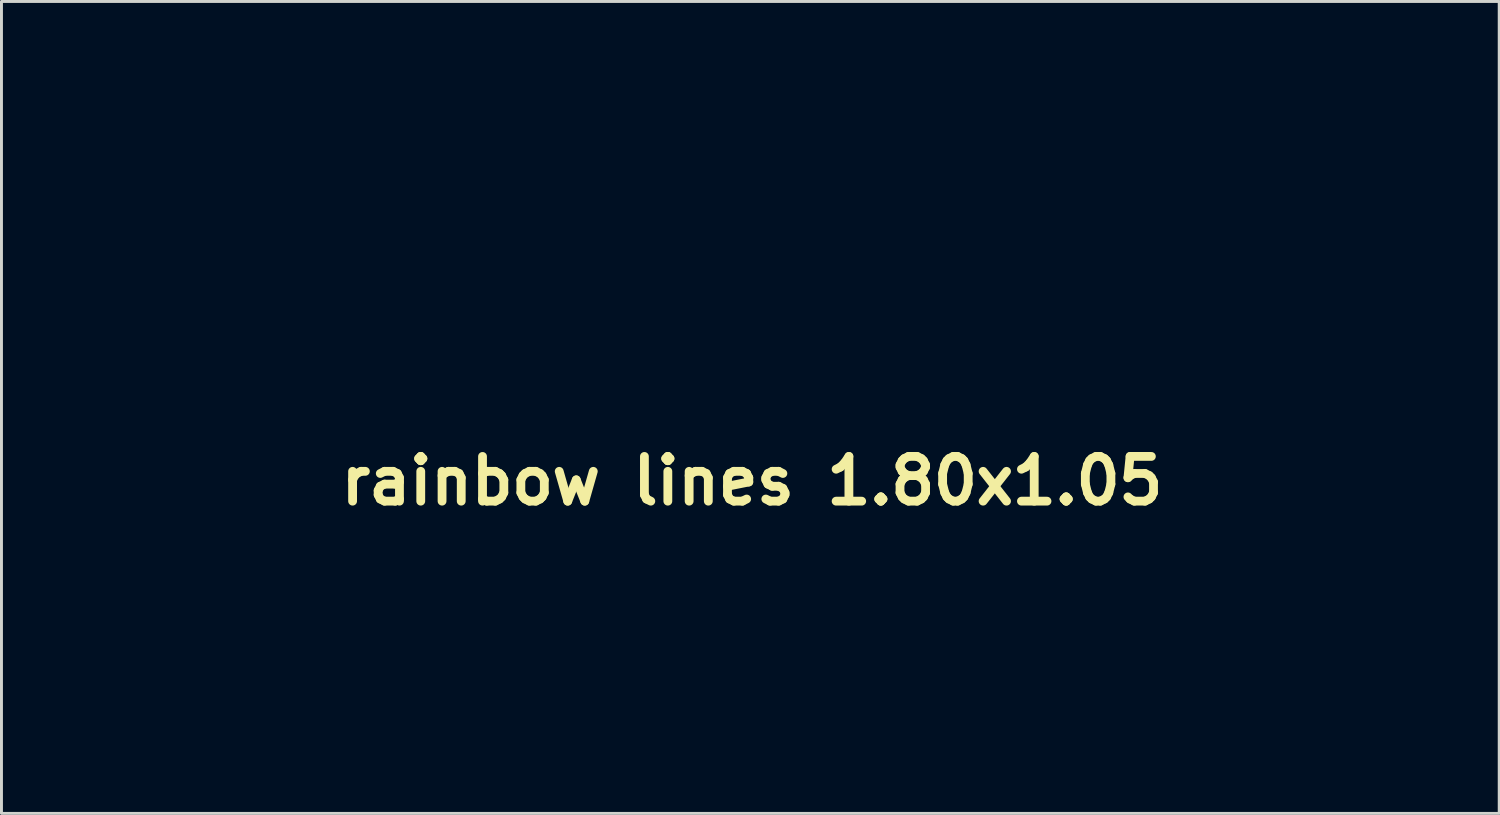
<source format=kicad_pcb>
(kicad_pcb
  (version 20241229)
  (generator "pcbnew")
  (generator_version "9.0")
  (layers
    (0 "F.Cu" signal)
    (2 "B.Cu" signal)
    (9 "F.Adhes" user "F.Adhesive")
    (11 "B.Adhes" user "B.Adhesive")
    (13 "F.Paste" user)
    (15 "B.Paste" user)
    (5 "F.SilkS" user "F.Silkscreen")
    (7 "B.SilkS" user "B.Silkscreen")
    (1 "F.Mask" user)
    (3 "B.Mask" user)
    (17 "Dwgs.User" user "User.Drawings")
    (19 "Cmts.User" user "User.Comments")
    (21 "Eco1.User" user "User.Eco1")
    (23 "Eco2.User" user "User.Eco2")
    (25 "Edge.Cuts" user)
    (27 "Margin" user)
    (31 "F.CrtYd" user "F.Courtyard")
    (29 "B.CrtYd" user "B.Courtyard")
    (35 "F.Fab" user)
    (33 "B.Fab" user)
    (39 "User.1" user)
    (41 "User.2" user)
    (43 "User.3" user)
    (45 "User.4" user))
  (footprint "rainbow lines 1.80x1.05"
    (layer "F.Cu")
    (at 22.57 13.335)
    (property "Reference" "rainbow lines 1.80x1.05" (at 0 0 0) (layer "F.SilkS") (effects (font (size 1.524 1.524) (thickness 0.3))))
    (attr board_only exclude_from_pos_files exclude_from_bom)
    (fp_poly (pts (xy 0.249 3.04) (xy 0.761 3.084) (xy 1.272 3.167) (xy 1.783 3.288) (xy 2.294 3.448) (xy 2.804 3.646) (xy 3.313 3.882) (xy 3.821 4.157) (xy 4.326 4.47) (xy 4.506 4.591) (xy 4.63 4.677) (xy 4.77 4.78) (xy 4.922 4.894) (xy 5.082 5.016) (xy 5.244 5.142) (xy 5.405 5.27) (xy 5.559 5.394) (xy 5.703 5.512) (xy 5.831 5.62) (xy 5.939 5.714) (xy 6.022 5.79) (xy 6.077 5.845) (xy 6.082 5.851) (xy 6.128 5.906) (xy 6.074 5.937) (xy 6.028 5.968) (xy 5.968 6.015) (xy 5.922 6.054) (xy 5.85 6.108) (xy 5.773 6.155) (xy 5.728 6.176) (xy 5.663 6.212) (xy 5.573 6.277) (xy 5.459 6.372) (xy 5.38 6.442) (xy 5.235 6.573) (xy 5.119 6.68) (xy 5.027 6.765) (xy 4.958 6.831) (xy 4.908 6.883) (xy 4.874 6.921) (xy 4.853 6.951) (xy 4.841 6.975) (xy 4.838 6.982) (xy 4.81 7.038) (xy 4.769 7.088) (xy 4.735 7.124) (xy 4.684 7.183) (xy 4.622 7.257) (xy 4.57 7.323) (xy 4.488 7.434) (xy 4.433 7.525) (xy 4.4 7.604) (xy 4.394 7.624) (xy 4.371 7.695) (xy 4.341 7.756) (xy 4.321 7.785) (xy 4.29 7.832) (xy 4.278 7.872) (xy 4.272 7.907) (xy 4.256 7.97) (xy 4.234 8.051) (xy 4.214 8.121) (xy 4.151 8.328) (xy 3.948 8.101) (xy 3.747 7.883) (xy 3.527 7.652) (xy 3.299 7.422) (xy 3.075 7.204) (xy 2.907 7.046) (xy 2.555 6.736) (xy 2.214 6.462) (xy 1.881 6.223) (xy 1.556 6.019) (xy 1.235 5.849) (xy 0.918 5.71) (xy 0.603 5.603) (xy 0.288 5.527) (xy 0.216 5.513) (xy 0.098 5.499) (xy -0.051 5.492) (xy -0.216 5.491) (xy -0.382 5.495) (xy -0.536 5.506) (xy -0.663 5.522) (xy -0.668 5.523) (xy -0.99 5.6) (xy -1.318 5.714) (xy -1.651 5.862) (xy -1.984 6.043) (xy -2.314 6.257) (xy -2.424 6.336) (xy -2.627 6.492) (xy -2.849 6.674) (xy -3.081 6.875) (xy -3.317 7.089) (xy -3.55 7.31) (xy -3.773 7.529) (xy -3.977 7.742) (xy -4.154 7.938) (xy -4.212 8.001) (xy -4.25 8.032) (xy -4.272 8.033) (xy -4.279 8.006) (xy -4.279 8.001) (xy -4.287 7.967) (xy -4.308 7.907) (xy -4.339 7.83) (xy -4.36 7.782) (xy -4.399 7.695) (xy -4.433 7.611) (xy -4.457 7.544) (xy -4.464 7.521) (xy -4.498 7.45) (xy -4.543 7.409) (xy -4.579 7.382) (xy -4.587 7.361) (xy -4.592 7.337) (xy -4.611 7.319) (xy -4.639 7.289) (xy -4.678 7.236) (xy -4.715 7.179) (xy -4.767 7.096) (xy -4.83 7.007) (xy -4.869 6.954) (xy -4.931 6.876) (xy -4.998 6.789) (xy -5.037 6.738) (xy -5.114 6.649) (xy -5.218 6.547) (xy -5.339 6.442) (xy -5.431 6.368) (xy -5.488 6.32) (xy -5.547 6.261) (xy -5.558 6.249) (xy -5.622 6.195) (xy -5.707 6.147) (xy -5.735 6.135) (xy -5.798 6.109) (xy -5.839 6.088) (xy -5.849 6.079) (xy -5.866 6.063) (xy -5.912 6.031) (xy -5.975 5.991) (xy -5.977 5.99) (xy -6.042 5.952) (xy -6.094 5.923) (xy -6.131 5.897) (xy -6.152 5.872) (xy -6.154 5.844) (xy -6.137 5.809) (xy -6.097 5.764) (xy -6.033 5.705) (xy -5.944 5.628) (xy -5.828 5.53) (xy -5.69 5.414) (xy -5.303 5.094) (xy -4.931 4.805) (xy -4.569 4.545) (xy -4.213 4.311) (xy -3.858 4.098) (xy -3.498 3.905) (xy -3.13 3.728) (xy -2.799 3.585) (xy -2.295 3.398) (xy -1.789 3.249) (xy -1.281 3.139) (xy -0.772 3.067) (xy -0.262 3.034)) (stroke (width 0) (type solid)) (fill yes) (layer "F.Mask"))
    (fp_poly (pts (xy 0.301 -13.331) (xy 0.862 -13.312) (xy 1.432 -13.278) (xy 2.001 -13.23) (xy 2.557 -13.168) (xy 2.803 -13.136) (xy 3.705 -12.991) (xy 4.595 -12.81) (xy 5.475 -12.591) (xy 6.343 -12.335) (xy 7.198 -12.043) (xy 8.039 -11.716) (xy 8.867 -11.353) (xy 9.68 -10.955) (xy 10.477 -10.523) (xy 11.257 -10.057) (xy 12.021 -9.558) (xy 12.766 -9.026) (xy 13.493 -8.461) (xy 14.2 -7.864) (xy 14.887 -7.235) (xy 15.553 -6.575) (xy 16.197 -5.885) (xy 16.819 -5.164) (xy 17.331 -4.525) (xy 17.941 -3.704) (xy 18.521 -2.855) (xy 19.072 -1.977) (xy 19.592 -1.072) (xy 20.081 -0.14) (xy 20.54 0.818) (xy 20.967 1.802) (xy 21.363 2.81) (xy 21.726 3.842) (xy 22.058 4.897) (xy 22.35 5.95) (xy 22.382 6.075) (xy 22.41 6.188) (xy 22.433 6.282) (xy 22.449 6.352) (xy 22.457 6.392) (xy 22.458 6.401) (xy 22.437 6.392) (xy 22.385 6.359) (xy 22.307 6.304) (xy 22.205 6.229) (xy 22.082 6.136) (xy 22.018 6.087) (xy 21.879 5.988) (xy 21.761 5.919) (xy 21.684 5.886) (xy 21.597 5.85) (xy 21.55 5.815) (xy 21.542 5.799) (xy 21.235 4.742) (xy 20.899 3.711) (xy 20.532 2.705) (xy 20.136 1.725) (xy 19.71 0.772) (xy 19.256 -0.154) (xy 18.773 -1.053) (xy 18.261 -1.924) (xy 17.72 -2.766) (xy 17.152 -3.58) (xy 16.556 -4.364) (xy 15.933 -5.119) (xy 15.283 -5.843) (xy 14.605 -6.537) (xy 13.901 -7.2) (xy 13.441 -7.604) (xy 13.094 -7.896) (xy 12.765 -8.164) (xy 12.446 -8.414) (xy 12.126 -8.652) (xy 11.798 -8.886) (xy 11.452 -9.123) (xy 11.255 -9.254) (xy 10.48 -9.742) (xy 9.691 -10.193) (xy 8.89 -10.607) (xy 8.077 -10.984) (xy 7.251 -11.324) (xy 6.413 -11.626) (xy 5.564 -11.892) (xy 4.704 -12.119) (xy 3.832 -12.31) (xy 2.95 -12.462) (xy 2.057 -12.577) (xy 1.154 -12.655) (xy 0.865 -12.671) (xy 0.382 -12.69) (xy -0.085 -12.696) (xy -0.549 -12.69) (xy -1.023 -12.67) (xy -1.522 -12.637) (xy -1.73 -12.621) (xy -2.61 -12.526) (xy -3.481 -12.394) (xy -4.343 -12.224) (xy -5.195 -12.018) (xy -6.036 -11.775) (xy -6.865 -11.496) (xy -7.681 -11.181) (xy -8.484 -10.831) (xy -9.273 -10.446) (xy -10.048 -10.027) (xy -10.807 -9.574) (xy -11.549 -9.087) (xy -12.275 -8.567) (xy -12.983 -8.015) (xy -13.672 -7.43) (xy -14.342 -6.814) (xy -14.993 -6.166) (xy -15.622 -5.487) (xy -16.23 -4.777) (xy -16.816 -4.038) (xy -16.84 -4.006) (xy -17.433 -3.191) (xy -17.998 -2.35) (xy -18.533 -1.481) (xy -19.041 -0.584) (xy -19.52 0.341) (xy -19.971 1.296) (xy -20.395 2.279) (xy -20.791 3.293) (xy -21.161 4.337) (xy -21.488 5.362) (xy -21.633 5.84) (xy -21.751 5.893) (xy -21.855 5.948) (xy -21.987 6.034) (xy -22.146 6.148) (xy -22.331 6.292) (xy -22.391 6.34) (xy -22.469 6.401) (xy -22.527 6.442) (xy -22.562 6.461) (xy -22.57 6.457) (xy -22.562 6.427) (xy -22.544 6.366) (xy -22.52 6.278) (xy -22.491 6.171) (xy -22.458 6.05) (xy -22.442 5.991) (xy -22.284 5.434) (xy -22.108 4.855) (xy -21.917 4.264) (xy -21.714 3.671) (xy -21.503 3.087) (xy -21.303 2.561) (xy -20.904 1.591) (xy -20.478 0.646) (xy -20.026 -0.273) (xy -19.549 -1.165) (xy -19.045 -2.031) (xy -18.517 -2.869) (xy -17.965 -3.679) (xy -17.388 -4.46) (xy -16.788 -5.212) (xy -16.165 -5.935) (xy -15.52 -6.628) (xy -14.853 -7.29) (xy -14.165 -7.92) (xy -13.455 -8.52) (xy -12.725 -9.087) (xy -11.975 -9.621) (xy -11.206 -10.122) (xy -10.418 -10.589) (xy -9.611 -11.022) (xy -8.787 -11.421) (xy -7.945 -11.784) (xy -7.366 -12.009) (xy -6.524 -12.303) (xy -5.678 -12.559) (xy -4.826 -12.778) (xy -3.965 -12.961) (xy -3.092 -13.107) (xy -2.204 -13.218) (xy -1.299 -13.294) (xy -0.751 -13.323) (xy -0.24 -13.335)) (stroke (width 0) (type solid)) (fill yes) (layer "F.Mask"))
    (fp_poly (pts (xy 0.181 -6.533) (xy 0.404 -6.531) (xy 0.598 -6.528) (xy 0.771 -6.522) (xy 0.931 -6.513) (xy 1.087 -6.501) (xy 1.247 -6.485) (xy 1.419 -6.465) (xy 1.61 -6.44) (xy 1.787 -6.416) (xy 2.499 -6.296) (xy 3.206 -6.138) (xy 3.908 -5.942) (xy 4.603 -5.709) (xy 5.291 -5.438) (xy 5.971 -5.131) (xy 6.644 -4.786) (xy 7.308 -4.406) (xy 7.963 -3.99) (xy 8.608 -3.538) (xy 9.243 -3.051) (xy 9.866 -2.53) (xy 10.479 -1.973) (xy 11.079 -1.383) (xy 11.667 -0.759) (xy 12.241 -0.102) (xy 12.351 0.029) (xy 12.635 0.381) (xy 12.931 0.761) (xy 13.231 1.162) (xy 13.531 1.577) (xy 13.826 1.998) (xy 14.109 2.417) (xy 14.376 2.827) (xy 14.621 3.22) (xy 14.623 3.224) (xy 14.653 3.272) (xy 14.114 3.278) (xy 13.853 3.282) (xy 13.629 3.289) (xy 13.434 3.3) (xy 13.262 3.315) (xy 13.104 3.335) (xy 12.952 3.363) (xy 12.799 3.398) (xy 12.636 3.441) (xy 12.495 3.482) (xy 12.289 3.547) (xy 12.121 3.607) (xy 11.986 3.663) (xy 11.875 3.72) (xy 11.795 3.772) (xy 11.745 3.805) (xy 11.709 3.824) (xy 11.702 3.826) (xy 11.686 3.81) (xy 11.65 3.766) (xy 11.599 3.699) (xy 11.538 3.615) (xy 11.477 3.529) (xy 10.944 2.793) (xy 10.405 2.091) (xy 9.859 1.425) (xy 9.306 0.795) (xy 8.748 0.201) (xy 8.185 -0.357) (xy 7.616 -0.878) (xy 7.042 -1.363) (xy 6.464 -1.81) (xy 5.881 -2.22) (xy 5.295 -2.591) (xy 4.705 -2.925) (xy 4.111 -3.221) (xy 3.762 -3.376) (xy 3.239 -3.585) (xy 2.726 -3.761) (xy 2.215 -3.906) (xy 1.698 -4.023) (xy 1.166 -4.114) (xy 0.827 -4.158) (xy 0.615 -4.178) (xy 0.37 -4.192) (xy 0.103 -4.2) (xy -0.173 -4.203) (xy -0.447 -4.2) (xy -0.708 -4.192) (xy -0.942 -4.178) (xy -1.047 -4.168) (xy -1.644 -4.09) (xy -2.235 -3.976) (xy -2.821 -3.827) (xy -3.404 -3.642) (xy -3.983 -3.421) (xy -4.56 -3.164) (xy -5.137 -2.869) (xy -5.713 -2.536) (xy -6.29 -2.166) (xy -6.87 -1.758) (xy -6.919 -1.721) (xy -7.123 -1.565) (xy -7.349 -1.383) (xy -7.592 -1.18) (xy -7.846 -0.961) (xy -8.105 -0.732) (xy -8.363 -0.497) (xy -8.616 -0.261) (xy -8.857 -0.029) (xy -9.081 0.193) (xy -9.186 0.301) (xy -9.544 0.682) (xy -9.912 1.092) (xy -10.283 1.525) (xy -10.653 1.974) (xy -11.015 2.431) (xy -11.364 2.89) (xy -11.694 3.343) (xy -11.801 3.495) (xy -11.858 3.578) (xy -11.908 3.648) (xy -11.944 3.699) (xy -11.962 3.725) (xy -11.964 3.726) (xy -11.985 3.721) (xy -12.03 3.699) (xy -12.057 3.684) (xy -12.135 3.644) (xy -12.223 3.608) (xy -12.245 3.6) (xy -12.325 3.568) (xy -12.401 3.531) (xy -12.419 3.52) (xy -12.503 3.479) (xy -12.625 3.438) (xy -12.778 3.398) (xy -12.954 3.36) (xy -13.147 3.326) (xy -13.348 3.298) (xy -13.551 3.277) (xy -13.61 3.272) (xy -13.682 3.27) (xy -13.785 3.269) (xy -13.913 3.271) (xy -14.055 3.275) (xy -14.203 3.279) (xy -14.35 3.285) (xy -14.486 3.292) (xy -14.602 3.299) (xy -14.691 3.306) (xy -14.743 3.313) (xy -14.745 3.313) (xy -14.763 3.315) (xy -14.77 3.307) (xy -14.764 3.283) (xy -14.743 3.241) (xy -14.705 3.174) (xy -14.648 3.08) (xy -14.622 3.037) (xy -14.103 2.217) (xy -13.569 1.433) (xy -13.021 0.685) (xy -12.458 -0.027) (xy -11.88 -0.704) (xy -11.286 -1.345) (xy -10.677 -1.952) (xy -10.05 -2.525) (xy -9.407 -3.064) (xy -8.747 -3.57) (xy -8.509 -3.742) (xy -7.862 -4.178) (xy -7.203 -4.579) (xy -6.534 -4.944) (xy -5.855 -5.272) (xy -5.168 -5.564) (xy -4.473 -5.819) (xy -3.771 -6.036) (xy -3.064 -6.216) (xy -2.351 -6.357) (xy -1.912 -6.425) (xy -1.706 -6.453) (xy -1.522 -6.475) (xy -1.353 -6.493) (xy -1.188 -6.507) (xy -1.022 -6.518) (xy -0.845 -6.525) (xy -0.65 -6.53) (xy -0.427 -6.532) (xy -0.17 -6.533) (xy -0.08 -6.533)) (stroke (width 0) (type solid)) (fill yes) (layer "F.Mask")))
  (gr_rect
    (start -3 -3)
    (end 48.028 24.663)
    (stroke (width 0.1) (type default))
    (fill no)
    (layer "Edge.Cuts")))
</source>
